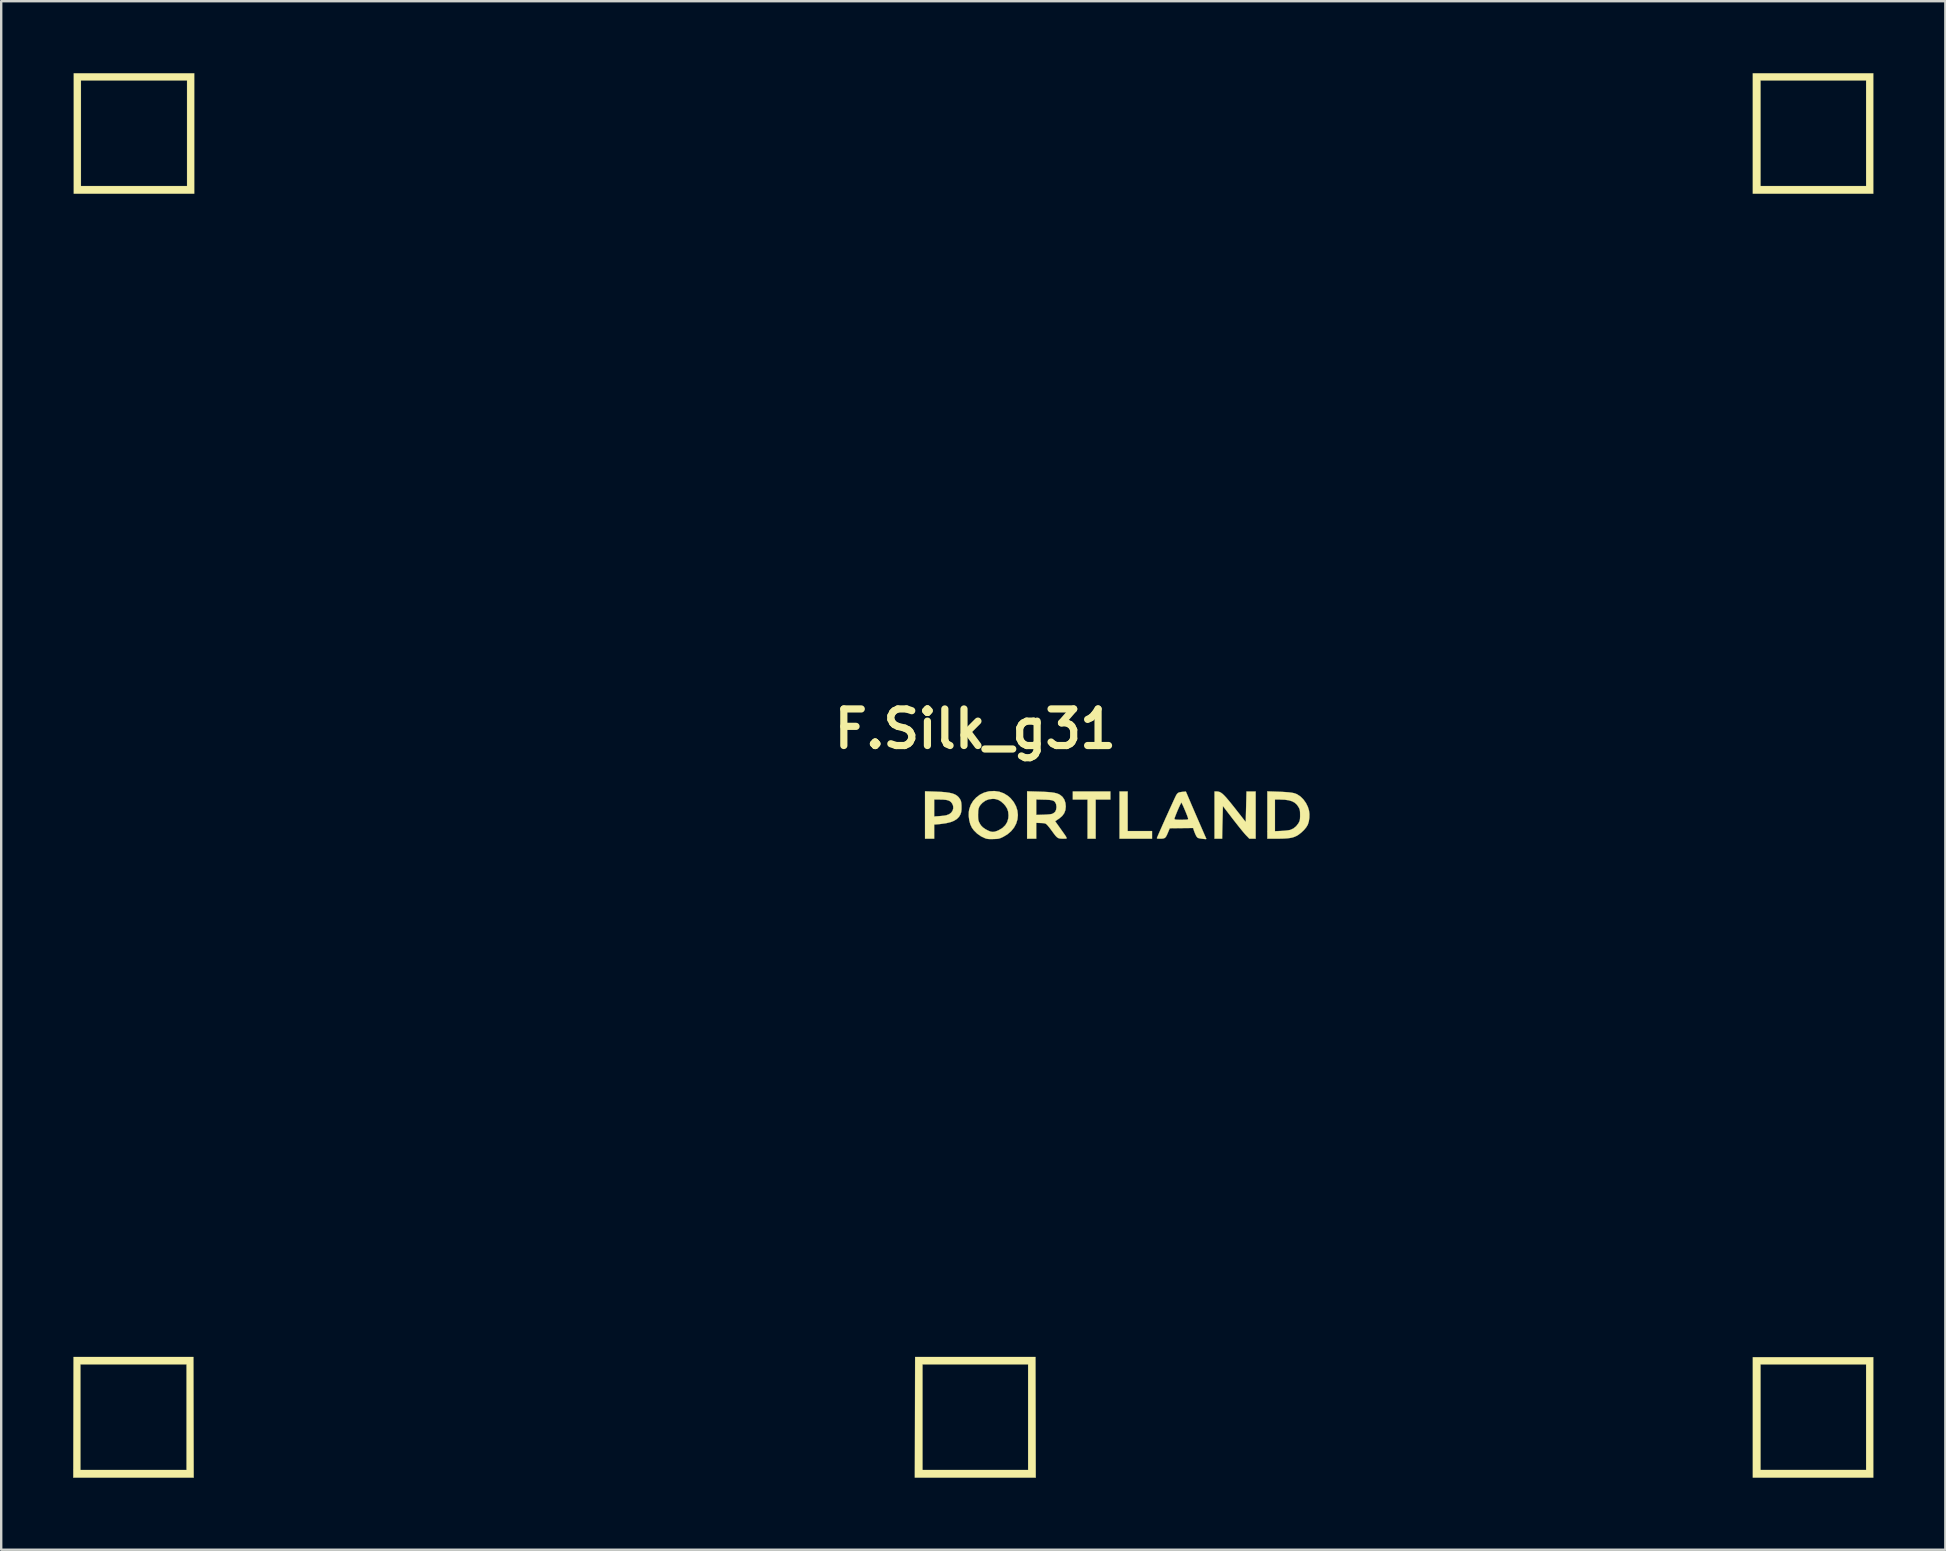
<source format=kicad_pcb>
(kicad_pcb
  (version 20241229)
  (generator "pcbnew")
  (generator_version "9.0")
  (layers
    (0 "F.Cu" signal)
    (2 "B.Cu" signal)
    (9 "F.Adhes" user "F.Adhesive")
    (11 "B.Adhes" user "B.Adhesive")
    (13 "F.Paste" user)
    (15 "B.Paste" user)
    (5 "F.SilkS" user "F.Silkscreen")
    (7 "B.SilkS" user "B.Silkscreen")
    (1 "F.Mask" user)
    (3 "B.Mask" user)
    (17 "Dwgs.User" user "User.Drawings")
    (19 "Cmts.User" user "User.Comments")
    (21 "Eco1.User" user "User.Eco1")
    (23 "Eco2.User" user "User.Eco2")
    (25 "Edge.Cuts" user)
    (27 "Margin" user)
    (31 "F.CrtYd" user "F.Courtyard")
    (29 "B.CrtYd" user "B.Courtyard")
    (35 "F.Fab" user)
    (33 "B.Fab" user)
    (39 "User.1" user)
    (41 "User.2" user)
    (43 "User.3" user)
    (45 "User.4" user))
  (footprint "F.Silk_g31"
    (layer "F.Cu")
    (at 37.597 27.331)
    (property "Reference" "F.Silk_g31" (at 0 0 0) (layer "F.SilkS") (effects (font (size 1.524 1.524) (thickness 0.3))))
    (attr through_hole)
    (fp_poly (pts (xy 6.35 4.255) (xy 7.366 4.255) (xy 7.366 4.572) (xy 6.011 4.572) (xy 6.011 2.603) (xy 6.35 2.603) (xy 6.35 4.255)) (stroke (width 0.01) (type solid)) (fill yes) (layer "F.SilkS"))
    (fp_poly (pts (xy 5.63 2.942) (xy 5.016 2.942) (xy 5.016 4.572) (xy 4.678 4.572) (xy 4.678 2.942) (xy 4.064 2.942) (xy 4.064 2.603) (xy 5.63 2.603) (xy 5.63 2.942)) (stroke (width 0.01) (type solid)) (fill yes) (layer "F.SilkS"))
    (fp_poly (pts (xy -32.554 -22.31) (xy -37.571 -22.31) (xy -37.571 -27.03) (xy -37.275 -27.03) (xy -37.275 -22.627) (xy -32.851 -22.627) (xy -32.851 -27.03) (xy -37.275 -27.03) (xy -37.571 -27.03) (xy -37.571 -27.326) (xy -32.554 -27.326) (xy -32.554 -22.31)) (stroke (width 0.01) (type solid)) (fill yes) (layer "F.SilkS"))
    (fp_poly (pts (xy 37.423 -22.31) (xy 32.406 -22.31) (xy 32.406 -27.03) (xy 32.724 -27.03) (xy 32.724 -22.627) (xy 37.126 -22.627) (xy 37.126 -27.03) (xy 32.724 -27.03) (xy 32.406 -27.03) (xy 32.406 -27.326) (xy 37.423 -27.326) (xy 37.423 -22.31)) (stroke (width 0.01) (type solid)) (fill yes) (layer "F.SilkS"))
    (fp_poly (pts (xy 37.423 31.2) (xy 32.406 31.2) (xy 32.406 26.48) (xy 32.724 26.48) (xy 32.724 30.882) (xy 37.126 30.882) (xy 37.126 26.48) (xy 32.724 26.48) (xy 32.406 26.48) (xy 32.406 26.183) (xy 37.423 26.183) (xy 37.423 31.2)) (stroke (width 0.01) (type solid)) (fill yes) (layer "F.SilkS"))
    (fp_poly (pts (xy -32.581 28.686) (xy -32.575 31.2) (xy -37.592 31.2) (xy -37.587 28.686) (xy -37.582 26.48) (xy -37.296 26.48) (xy -37.296 30.882) (xy -32.872 30.882) (xy -32.872 26.48) (xy -37.296 26.48) (xy -37.582 26.48) (xy -37.581 26.173) (xy -32.586 26.173) (xy -32.581 28.686)) (stroke (width 0.01) (type solid)) (fill yes) (layer "F.SilkS"))
    (fp_poly (pts (xy 2.514 28.686) (xy 2.519 31.2) (xy -2.519 31.2) (xy -2.514 28.686) (xy -2.509 26.48) (xy -2.201 26.48) (xy -2.201 30.882) (xy 2.201 30.882) (xy 2.201 26.48) (xy -2.201 26.48) (xy -2.509 26.48) (xy -2.508 26.173) (xy 2.508 26.173) (xy 2.514 28.686)) (stroke (width 0.01) (type solid)) (fill yes) (layer "F.SilkS"))
    (fp_poly (pts (xy 11.684 4.572) (xy 11.421 4.572) (xy 11.283 4.429) (xy 11.235 4.376) (xy 11.166 4.295) (xy 11.08 4.191) (xy 10.983 4.07) (xy 10.878 3.937) (xy 10.77 3.799) (xy 10.731 3.749) (xy 10.319 3.212) (xy 10.306 3.728) (xy 10.302 3.883) (xy 10.298 4.033) (xy 10.295 4.171) (xy 10.292 4.289) (xy 10.291 4.376) (xy 10.29 4.408) (xy 10.287 4.572) (xy 9.97 4.572) (xy 9.97 2.603) (xy 10.038 2.604) (xy 10.095 2.606) (xy 10.147 2.615) (xy 10.198 2.633) (xy 10.251 2.664) (xy 10.31 2.709) (xy 10.376 2.772) (xy 10.454 2.855) (xy 10.545 2.962) (xy 10.654 3.095) (xy 10.783 3.256) (xy 10.901 3.406) (xy 11.271 3.879) (xy 11.284 3.342) (xy 11.288 3.189) (xy 11.291 3.045) (xy 11.295 2.917) (xy 11.297 2.811) (xy 11.299 2.736) (xy 11.3 2.704) (xy 11.303 2.603) (xy 11.684 2.603) (xy 11.684 4.572)) (stroke (width 0.01) (type solid)) (fill yes) (layer "F.SilkS"))
    (fp_poly (pts (xy -1.656 2.611) (xy -1.427 2.621) (xy -1.235 2.637) (xy -1.077 2.66) (xy -0.948 2.69) (xy -0.845 2.73) (xy -0.762 2.781) (xy -0.695 2.843) (xy -0.646 2.91) (xy -0.615 2.964) (xy -0.596 3.016) (xy -0.584 3.079) (xy -0.577 3.166) (xy -0.575 3.204) (xy -0.575 3.349) (xy -0.588 3.464) (xy -0.619 3.559) (xy -0.669 3.646) (xy -0.684 3.666) (xy -0.771 3.754) (xy -0.889 3.827) (xy -1.039 3.885) (xy -1.225 3.929) (xy -1.448 3.96) (xy -1.55 3.97) (xy -1.714 3.983) (xy -1.714 4.572) (xy -2.095 4.572) (xy -2.095 3.647) (xy -1.714 3.647) (xy -1.519 3.634) (xy -1.415 3.625) (xy -1.313 3.614) (xy -1.229 3.601) (xy -1.21 3.597) (xy -1.095 3.555) (xy -1.006 3.489) (xy -0.947 3.404) (xy -0.918 3.308) (xy -0.923 3.208) (xy -0.964 3.109) (xy -1.014 3.046) (xy -1.067 3.004) (xy -1.133 2.975) (xy -1.22 2.955) (xy -1.334 2.945) (xy -1.476 2.942) (xy -1.714 2.942) (xy -1.714 3.647) (xy -2.095 3.647) (xy -2.095 2.597) (xy -1.656 2.611)) (stroke (width 0.01) (type solid)) (fill yes) (layer "F.SilkS"))
    (fp_poly (pts (xy 12.578 2.613) (xy 12.781 2.621) (xy 12.947 2.631) (xy 13.081 2.642) (xy 13.189 2.656) (xy 13.276 2.673) (xy 13.347 2.695) (xy 13.409 2.721) (xy 13.413 2.723) (xy 13.549 2.813) (xy 13.674 2.937) (xy 13.78 3.085) (xy 13.861 3.249) (xy 13.908 3.402) (xy 13.925 3.547) (xy 13.922 3.702) (xy 13.9 3.851) (xy 13.861 3.978) (xy 13.856 3.991) (xy 13.792 4.098) (xy 13.699 4.21) (xy 13.588 4.316) (xy 13.47 4.408) (xy 13.375 4.463) (xy 13.295 4.498) (xy 13.21 4.525) (xy 13.113 4.544) (xy 12.997 4.558) (xy 12.857 4.567) (xy 12.685 4.571) (xy 12.557 4.572) (xy 12.171 4.572) (xy 12.171 2.942) (xy 12.488 2.942) (xy 12.488 4.261) (xy 12.758 4.249) (xy 12.872 4.241) (xy 12.982 4.23) (xy 13.074 4.217) (xy 13.135 4.204) (xy 13.26 4.145) (xy 13.373 4.053) (xy 13.463 3.936) (xy 13.479 3.908) (xy 13.506 3.853) (xy 13.523 3.801) (xy 13.532 3.742) (xy 13.536 3.662) (xy 13.536 3.588) (xy 13.535 3.486) (xy 13.53 3.413) (xy 13.518 3.358) (xy 13.499 3.307) (xy 13.48 3.27) (xy 13.408 3.161) (xy 13.317 3.076) (xy 13.204 3.014) (xy 13.064 2.972) (xy 12.893 2.948) (xy 12.71 2.942) (xy 12.488 2.942) (xy 12.171 2.942) (xy 12.171 2.599) (xy 12.578 2.613)) (stroke (width 0.01) (type solid)) (fill yes) (layer "F.SilkS"))
    (fp_poly (pts (xy 2.651 2.611) (xy 2.861 2.619) (xy 3.034 2.629) (xy 3.176 2.642) (xy 3.29 2.659) (xy 3.384 2.681) (xy 3.461 2.708) (xy 3.525 2.741) (xy 3.633 2.828) (xy 3.711 2.943) (xy 3.757 3.084) (xy 3.771 3.232) (xy 3.755 3.38) (xy 3.706 3.51) (xy 3.621 3.626) (xy 3.497 3.732) (xy 3.447 3.765) (xy 3.327 3.842) (xy 3.56 4.17) (xy 3.652 4.3) (xy 3.722 4.398) (xy 3.77 4.47) (xy 3.798 4.519) (xy 3.807 4.55) (xy 3.796 4.566) (xy 3.769 4.573) (xy 3.725 4.573) (xy 3.665 4.572) (xy 3.654 4.572) (xy 3.571 4.57) (xy 3.505 4.562) (xy 3.45 4.543) (xy 3.399 4.507) (xy 3.344 4.451) (xy 3.28 4.369) (xy 3.2 4.259) (xy 3.135 4.171) (xy 3.072 4.09) (xy 3.018 4.025) (xy 2.985 3.99) (xy 2.95 3.959) (xy 2.915 3.94) (xy 2.869 3.929) (xy 2.801 3.922) (xy 2.729 3.919) (xy 2.54 3.912) (xy 2.54 4.572) (xy 2.159 4.572) (xy 2.159 3.582) (xy 2.54 3.582) (xy 2.842 3.573) (xy 2.989 3.566) (xy 3.099 3.557) (xy 3.177 3.544) (xy 3.221 3.53) (xy 3.282 3.493) (xy 3.33 3.447) (xy 3.335 3.44) (xy 3.37 3.355) (xy 3.383 3.252) (xy 3.371 3.151) (xy 3.354 3.103) (xy 3.325 3.052) (xy 3.29 3.013) (xy 3.241 2.986) (xy 3.173 2.967) (xy 3.079 2.955) (xy 2.953 2.948) (xy 2.863 2.946) (xy 2.54 2.938) (xy 2.54 3.582) (xy 2.159 3.582) (xy 2.159 2.597) (xy 2.651 2.611)) (stroke (width 0.01) (type solid)) (fill yes) (layer "F.SilkS"))
    (fp_poly (pts (xy 0.997 2.614) (xy 1.186 2.682) (xy 1.358 2.787) (xy 1.471 2.886) (xy 1.604 3.049) (xy 1.698 3.223) (xy 1.755 3.403) (xy 1.774 3.586) (xy 1.757 3.767) (xy 1.704 3.942) (xy 1.616 4.107) (xy 1.494 4.258) (xy 1.339 4.391) (xy 1.168 4.493) (xy 1.089 4.531) (xy 1.027 4.556) (xy 0.97 4.572) (xy 0.903 4.581) (xy 0.814 4.585) (xy 0.756 4.587) (xy 0.637 4.589) (xy 0.548 4.586) (xy 0.479 4.576) (xy 0.418 4.558) (xy 0.412 4.556) (xy 0.238 4.474) (xy 0.077 4.361) (xy -0.061 4.224) (xy -0.143 4.112) (xy -0.208 3.972) (xy -0.252 3.807) (xy -0.274 3.632) (xy -0.273 3.567) (xy 0.116 3.567) (xy 0.117 3.673) (xy 0.122 3.749) (xy 0.131 3.807) (xy 0.148 3.859) (xy 0.174 3.916) (xy 0.176 3.92) (xy 0.235 4.018) (xy 0.314 4.1) (xy 0.419 4.174) (xy 0.532 4.234) (xy 0.633 4.275) (xy 0.723 4.29) (xy 0.815 4.28) (xy 0.921 4.243) (xy 0.977 4.218) (xy 1.131 4.126) (xy 1.25 4.011) (xy 1.331 3.877) (xy 1.376 3.722) (xy 1.384 3.598) (xy 1.371 3.452) (xy 1.331 3.326) (xy 1.259 3.209) (xy 1.192 3.13) (xy 1.075 3.023) (xy 0.957 2.954) (xy 0.829 2.918) (xy 0.73 2.912) (xy 0.568 2.93) (xy 0.425 2.985) (xy 0.297 3.078) (xy 0.289 3.086) (xy 0.218 3.162) (xy 0.169 3.234) (xy 0.138 3.313) (xy 0.122 3.41) (xy 0.117 3.536) (xy 0.116 3.567) (xy -0.273 3.567) (xy -0.271 3.459) (xy -0.253 3.347) (xy -0.19 3.164) (xy -0.091 2.999) (xy 0.038 2.856) (xy 0.193 2.738) (xy 0.368 2.652) (xy 0.56 2.6) (xy 0.58 2.597) (xy 0.794 2.586) (xy 0.997 2.614)) (stroke (width 0.01) (type solid)) (fill yes) (layer "F.SilkS"))
    (fp_poly (pts (xy 8.954 3.024) (xy 9.002 3.137) (xy 9.064 3.28) (xy 9.135 3.446) (xy 9.213 3.626) (xy 9.294 3.812) (xy 9.375 3.998) (xy 9.452 4.176) (xy 9.522 4.336) (xy 9.582 4.473) (xy 9.624 4.567) (xy 9.628 4.58) (xy 9.62 4.587) (xy 9.595 4.589) (xy 9.543 4.585) (xy 9.46 4.576) (xy 9.425 4.572) (xy 9.35 4.56) (xy 9.289 4.543) (xy 9.26 4.529) (xy 9.217 4.477) (xy 9.172 4.39) (xy 9.127 4.277) (xy 9.113 4.238) (xy 9.077 4.127) (xy 8.59 4.132) (xy 8.104 4.138) (xy 8.034 4.306) (xy 7.987 4.414) (xy 7.948 4.487) (xy 7.908 4.534) (xy 7.859 4.559) (xy 7.796 4.57) (xy 7.717 4.572) (xy 7.637 4.571) (xy 7.59 4.568) (xy 7.571 4.559) (xy 7.57 4.542) (xy 7.576 4.524) (xy 7.6 4.469) (xy 7.637 4.382) (xy 7.686 4.27) (xy 7.745 4.138) (xy 7.81 3.99) (xy 7.881 3.831) (xy 7.92 3.745) (xy 8.297 3.745) (xy 8.315 3.766) (xy 8.334 3.774) (xy 8.377 3.78) (xy 8.448 3.783) (xy 8.537 3.785) (xy 8.632 3.784) (xy 8.723 3.782) (xy 8.798 3.779) (xy 8.845 3.773) (xy 8.852 3.771) (xy 8.866 3.762) (xy 8.87 3.743) (xy 8.863 3.707) (xy 8.844 3.65) (xy 8.811 3.563) (xy 8.787 3.503) (xy 8.743 3.397) (xy 8.7 3.296) (xy 8.663 3.211) (xy 8.636 3.155) (xy 8.588 3.06) (xy 8.528 3.18) (xy 8.498 3.243) (xy 8.461 3.327) (xy 8.42 3.421) (xy 8.381 3.518) (xy 8.345 3.607) (xy 8.317 3.681) (xy 8.3 3.731) (xy 8.297 3.745) (xy 7.92 3.745) (xy 7.955 3.667) (xy 8.029 3.503) (xy 8.101 3.343) (xy 8.17 3.193) (xy 8.232 3.057) (xy 8.285 2.941) (xy 8.328 2.849) (xy 8.358 2.787) (xy 8.371 2.761) (xy 8.41 2.702) (xy 8.452 2.663) (xy 8.507 2.64) (xy 8.587 2.626) (xy 8.648 2.619) (xy 8.776 2.608) (xy 8.954 3.024)) (stroke (width 0.01) (type solid)) (fill yes) (layer "F.SilkS")))
  (gr_rect
    (start -3 -3)
    (end 78.025 61.536)
    (stroke (width 0.1) (type default))
    (fill no)
    (layer "Edge.Cuts")))
</source>
